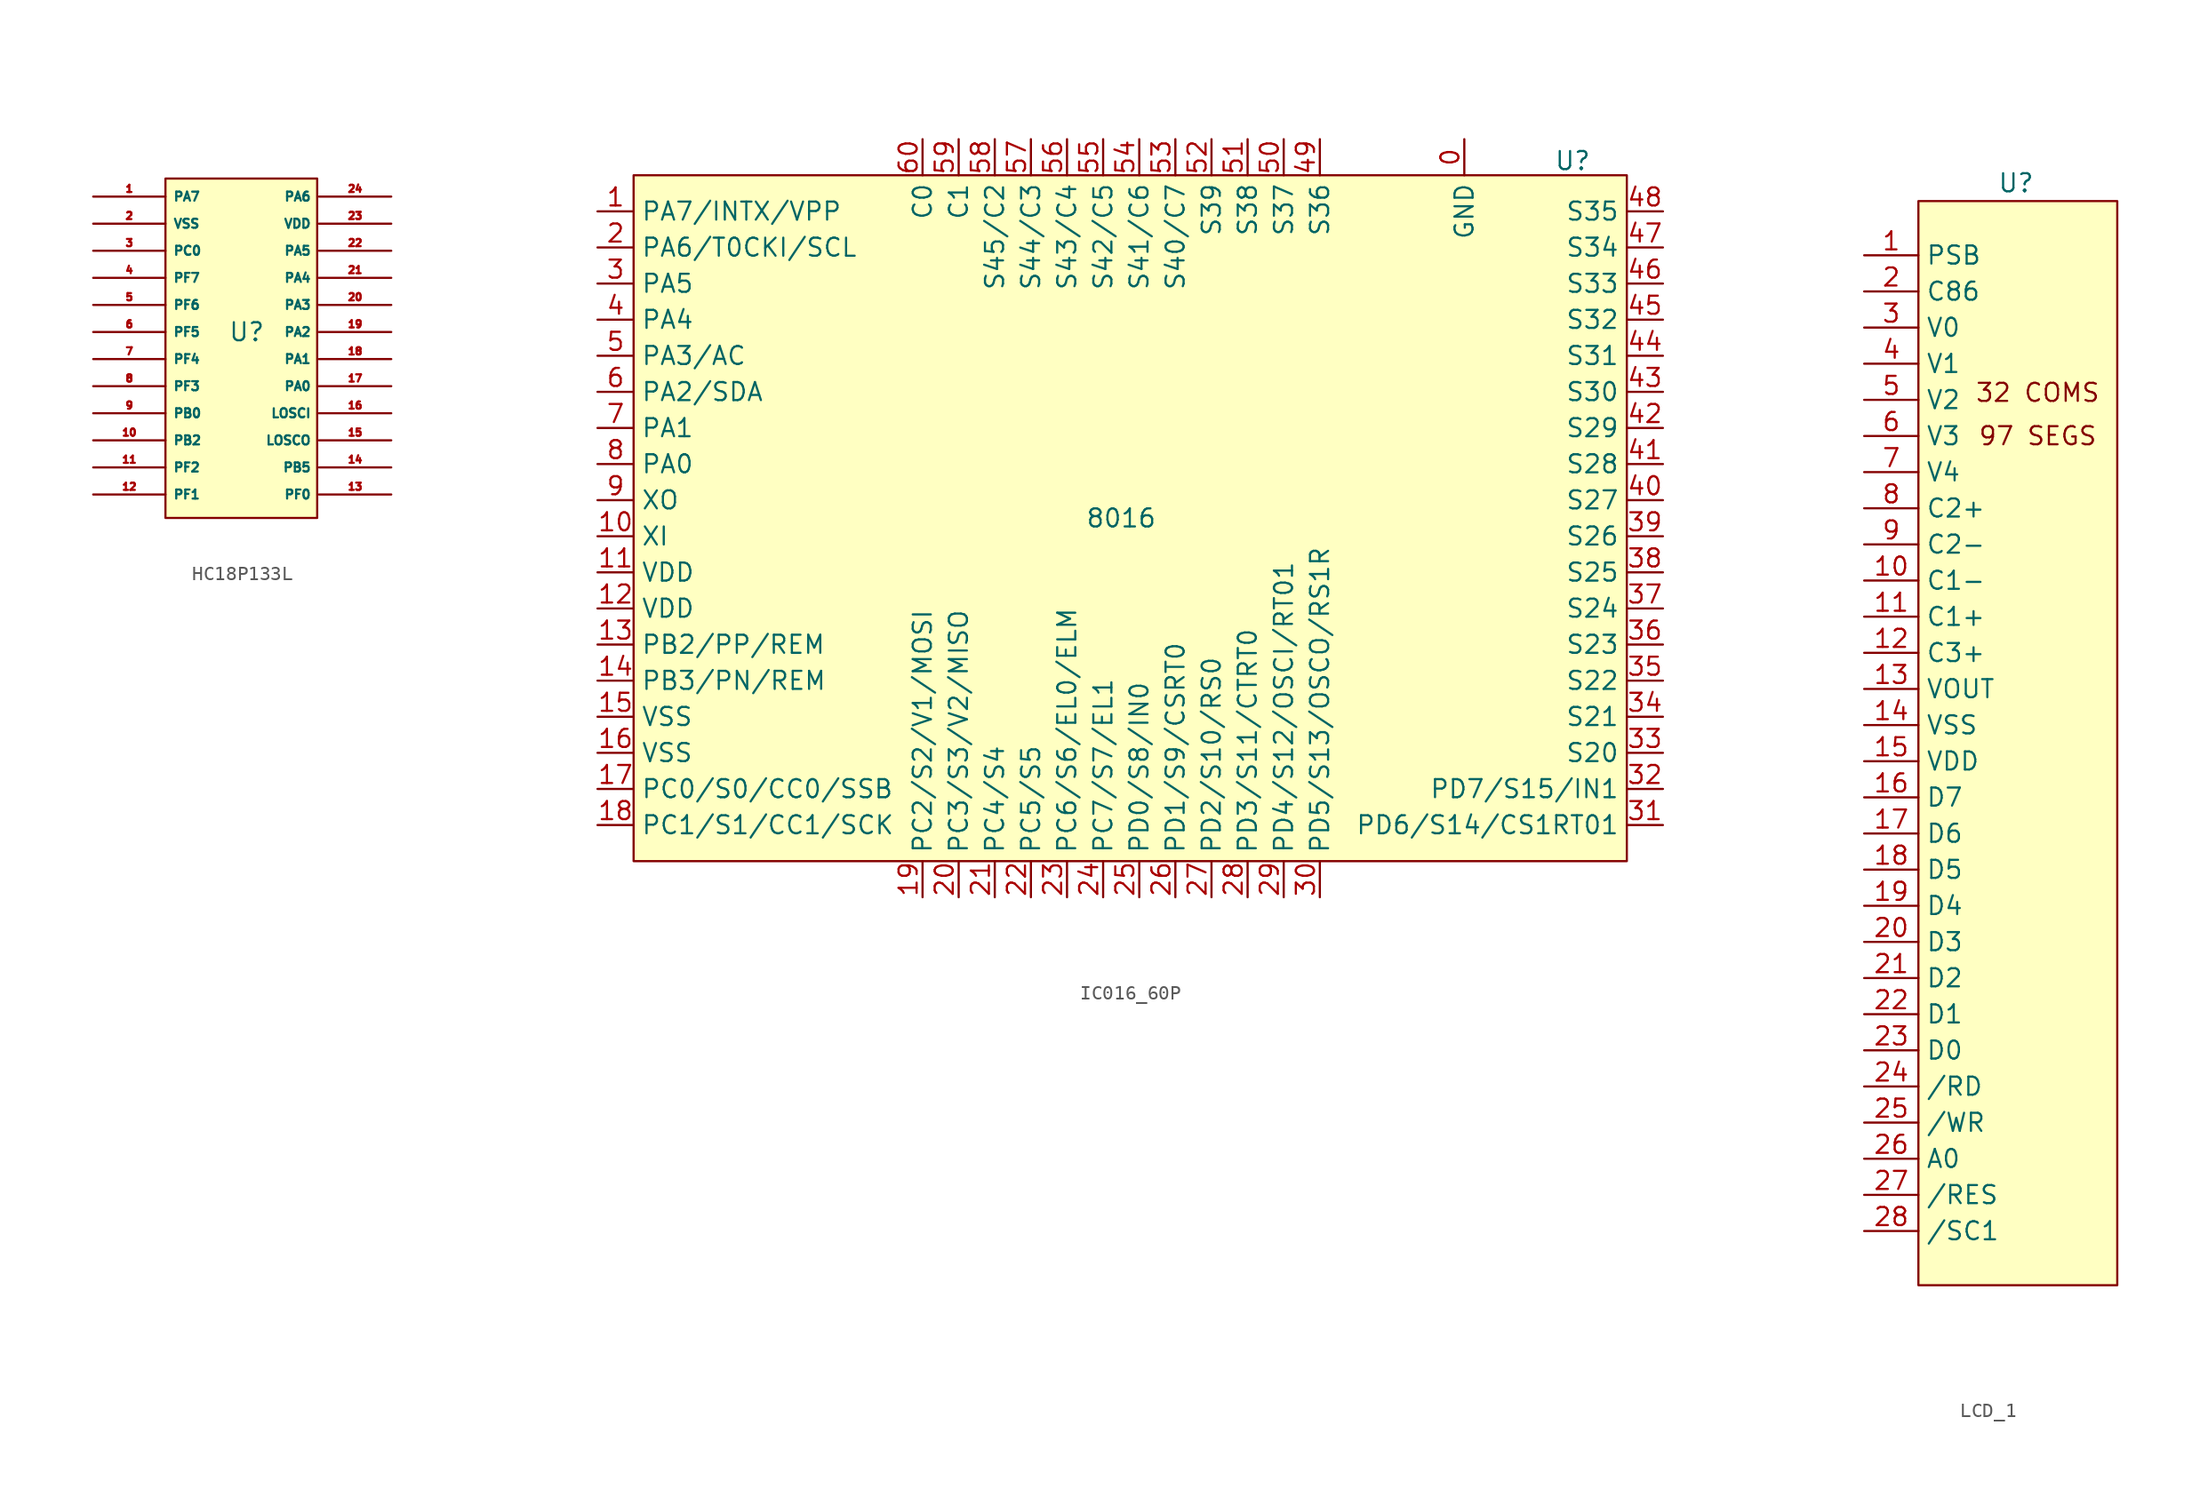
<source format=kicad_sym>
(kicad_symbol_lib
  (version 20231120)
  (generator "kicad_symbol_editor")
  (generator_version "8.0")
  (symbol "HC18P133L"
    (property "Reference" "U"
      (at 3.175 -4.445 0)
      (effects (font (size 1.27 1.27))))
    (property "Value" ""
      (at 7.112 11.684 0)
      (effects (font (size 1.27 1.27))))
    (symbol "HC18P133L_1_1"
      (rectangle (start -2.54 6.35) (end 8.128 -17.526) (stroke (width 0) (type default)) (fill (type background)))
      (pin passive line (at -7.62 5.08 0) (length 5.08) (name "PA7" (effects (font (size 0.635 0.635)))) (number "1" (effects (font (size 0.508 0.508)))))
      (pin passive line (at -7.62 -12.065 0) (length 5.08) (name "PB2" (effects (font (size 0.635 0.635)))) (number "10" (effects (font (size 0.508 0.508)))))
      (pin passive line (at -7.62 -13.97 0) (length 5.08) (name "PF2" (effects (font (size 0.635 0.635)))) (number "11" (effects (font (size 0.508 0.508)))))
      (pin passive line (at -7.62 -15.875 0) (length 5.08) (name "PF1" (effects (font (size 0.635 0.635)))) (number "12" (effects (font (size 0.508 0.508)))))
      (pin passive line (at 13.335 -15.875 180) (length 5.08) (name "PF0" (effects (font (size 0.635 0.635)))) (number "13" (effects (font (size 0.508 0.508)))))
      (pin passive line (at 13.335 -13.97 180) (length 5.08) (name "PB5" (effects (font (size 0.635 0.635)))) (number "14" (effects (font (size 0.508 0.508)))))
      (pin passive line (at 13.335 -12.065 180) (length 5.08) (name "LOSCO" (effects (font (size 0.635 0.635)))) (number "15" (effects (font (size 0.508 0.508)))))
      (pin passive line (at 13.335 -10.16 180) (length 5.08) (name "LOSCI" (effects (font (size 0.635 0.635)))) (number "16" (effects (font (size 0.508 0.508)))))
      (pin passive line (at 13.335 -8.255 180) (length 5.08) (name "PA0" (effects (font (size 0.635 0.635)))) (number "17" (effects (font (size 0.508 0.508)))))
      (pin passive line (at 13.335 -6.35 180) (length 5.08) (name "PA1" (effects (font (size 0.635 0.635)))) (number "18" (effects (font (size 0.508 0.508)))))
      (pin passive line (at 13.335 -4.445 180) (length 5.08) (name "PA2" (effects (font (size 0.635 0.635)))) (number "19" (effects (font (size 0.508 0.508)))))
      (pin passive line (at -7.62 3.175 0) (length 5.08) (name "VSS" (effects (font (size 0.635 0.635)))) (number "2" (effects (font (size 0.508 0.508)))))
      (pin passive line (at 13.335 -2.54 180) (length 5.08) (name "PA3" (effects (font (size 0.635 0.635)))) (number "20" (effects (font (size 0.508 0.508)))))
      (pin passive line (at 13.335 -0.635 180) (length 5.08) (name "PA4" (effects (font (size 0.635 0.635)))) (number "21" (effects (font (size 0.508 0.508)))))
      (pin passive line (at 13.335 1.27 180) (length 5.08) (name "PA5" (effects (font (size 0.635 0.635)))) (number "22" (effects (font (size 0.508 0.508)))))
      (pin passive line (at 13.335 3.175 180) (length 5.08) (name "VDD" (effects (font (size 0.635 0.635)))) (number "23" (effects (font (size 0.508 0.508)))))
      (pin passive line (at 13.335 5.08 180) (length 5.08) (name "PA6" (effects (font (size 0.635 0.635)))) (number "24" (effects (font (size 0.508 0.508)))))
      (pin passive line (at -7.62 1.27 0) (length 5.08) (name "PC0" (effects (font (size 0.635 0.635)))) (number "3" (effects (font (size 0.508 0.508)))))
      (pin passive line (at -7.62 -0.635 0) (length 5.08) (name "PF7" (effects (font (size 0.635 0.635)))) (number "4" (effects (font (size 0.508 0.508)))))
      (pin passive line (at -7.62 -2.54 0) (length 5.08) (name "PF6" (effects (font (size 0.635 0.635)))) (number "5" (effects (font (size 0.508 0.508)))))
      (pin passive line (at -7.62 -4.445 0) (length 5.08) (name "PF5" (effects (font (size 0.635 0.635)))) (number "6" (effects (font (size 0.508 0.508)))))
      (pin passive line (at -7.62 -6.35 0) (length 5.08) (name "PF4" (effects (font (size 0.635 0.635)))) (number "7" (effects (font (size 0.508 0.508)))))
      (pin passive line (at -7.62 -8.255 0) (length 5.08) (name "PF3" (effects (font (size 0.635 0.635)))) (number "8" (effects (font (size 0.508 0.508)))))
      (pin passive line (at -7.62 -10.16 0) (length 5.08) (name "PB0" (effects (font (size 0.635 0.635)))) (number "9" (effects (font (size 0.508 0.508)))))))
  (symbol "IC016_60P"
    (property "Reference" "U"
      (at 31.75 25.146 0)
      (effects (font (size 1.27 1.27))))
    (property "Value" "8016"
      (at 0 0 0)
      (effects (font (size 1.27 1.27))))
    (symbol "IC016_60P_0_1"
      (rectangle (start -34.29 24.13) (end 35.56 -24.13) (stroke (width 0) (type default)) (fill (type background))))
    (symbol "IC016_60P_1_1"
      (pin passive line (at 24.13 26.67 270) (length 2.54) (name "GND" (effects (font (size 1.27 1.27)))) (number "0" (effects (font (size 1.27 1.27)))))
      (pin bidirectional line (at -36.83 21.59 0) (length 2.54) (name "PA7/INTX/VPP" (effects (font (size 1.27 1.27)))) (number "1" (effects (font (size 1.27 1.27)))))
      (pin passive line (at -36.83 -1.27 0) (length 2.54) (name "XI" (effects (font (size 1.27 1.27)))) (number "10" (effects (font (size 1.27 1.27)))))
      (pin passive line (at -36.83 -3.81 0) (length 2.54) (name "VDD" (effects (font (size 1.27 1.27)))) (number "11" (effects (font (size 1.27 1.27)))))
      (pin passive line (at -36.83 -6.35 0) (length 2.54) (name "VDD" (effects (font (size 1.27 1.27)))) (number "12" (effects (font (size 1.27 1.27)))))
      (pin passive line (at -36.83 -8.89 0) (length 2.54) (name "PB2/PP/REM" (effects (font (size 1.27 1.27)))) (number "13" (effects (font (size 1.27 1.27)))))
      (pin passive line (at -36.83 -11.43 0) (length 2.54) (name "PB3/PN/REM" (effects (font (size 1.27 1.27)))) (number "14" (effects (font (size 1.27 1.27)))))
      (pin passive line (at -36.83 -13.97 0) (length 2.54) (name "VSS" (effects (font (size 1.27 1.27)))) (number "15" (effects (font (size 1.27 1.27)))))
      (pin passive line (at -36.83 -16.51 0) (length 2.54) (name "VSS" (effects (font (size 1.27 1.27)))) (number "16" (effects (font (size 1.27 1.27)))))
      (pin passive line (at -36.83 -19.05 0) (length 2.54) (name "PC0/S0/CC0/SSB" (effects (font (size 1.27 1.27)))) (number "17" (effects (font (size 1.27 1.27)))))
      (pin passive line (at -36.83 -21.59 0) (length 2.54) (name "PC1/S1/CC1/SCK" (effects (font (size 1.27 1.27)))) (number "18" (effects (font (size 1.27 1.27)))))
      (pin passive line (at -13.97 -26.67 90) (length 2.54) (name "PC2/S2/V1/MOSI" (effects (font (size 1.27 1.27)))) (number "19" (effects (font (size 1.27 1.27)))))
      (pin bidirectional line (at -36.83 19.05 0) (length 2.54) (name "PA6/T0CKI/SCL" (effects (font (size 1.27 1.27)))) (number "2" (effects (font (size 1.27 1.27)))))
      (pin passive line (at -11.43 -26.67 90) (length 2.54) (name "PC3/S3/V2/MISO" (effects (font (size 1.27 1.27)))) (number "20" (effects (font (size 1.27 1.27)))))
      (pin passive line (at -8.89 -26.67 90) (length 2.54) (name "PC4/S4" (effects (font (size 1.27 1.27)))) (number "21" (effects (font (size 1.27 1.27)))))
      (pin passive line (at -6.35 -26.67 90) (length 2.54) (name "PC5/S5" (effects (font (size 1.27 1.27)))) (number "22" (effects (font (size 1.27 1.27)))))
      (pin passive line (at -3.81 -26.67 90) (length 2.54) (name "PC6/S6/EL0/ELM" (effects (font (size 1.27 1.27)))) (number "23" (effects (font (size 1.27 1.27)))))
      (pin passive line (at -1.27 -26.67 90) (length 2.54) (name "PC7/S7/EL1" (effects (font (size 1.27 1.27)))) (number "24" (effects (font (size 1.27 1.27)))))
      (pin passive line (at 1.27 -26.67 90) (length 2.54) (name "PD0/S8/IN0" (effects (font (size 1.27 1.27)))) (number "25" (effects (font (size 1.27 1.27)))))
      (pin passive line (at 3.81 -26.67 90) (length 2.54) (name "PD1/S9/CSRT0" (effects (font (size 1.27 1.27)))) (number "26" (effects (font (size 1.27 1.27)))))
      (pin passive line (at 6.35 -26.67 90) (length 2.54) (name "PD2/S10/RS0" (effects (font (size 1.27 1.27)))) (number "27" (effects (font (size 1.27 1.27)))))
      (pin passive line (at 8.89 -26.67 90) (length 2.54) (name "PD3/S11/CTRT0" (effects (font (size 1.27 1.27)))) (number "28" (effects (font (size 1.27 1.27)))))
      (pin passive line (at 11.43 -26.67 90) (length 2.54) (name "PD4/S12/OSCI/RT01" (effects (font (size 1.27 1.27)))) (number "29" (effects (font (size 1.27 1.27)))))
      (pin bidirectional line (at -36.83 16.51 0) (length 2.54) (name "PA5" (effects (font (size 1.27 1.27)))) (number "3" (effects (font (size 1.27 1.27)))))
      (pin passive line (at 13.97 -26.67 90) (length 2.54) (name "PD5/S13/OSCO/RS1R" (effects (font (size 1.27 1.27)))) (number "30" (effects (font (size 1.27 1.27)))))
      (pin passive line (at 38.1 -21.59 180) (length 2.54) (name "PD6/S14/CS1RT01" (effects (font (size 1.27 1.27)))) (number "31" (effects (font (size 1.27 1.27)))))
      (pin passive line (at 38.1 -19.05 180) (length 2.54) (name "PD7/S15/IN1" (effects (font (size 1.27 1.27)))) (number "32" (effects (font (size 1.27 1.27)))))
      (pin passive line (at 38.1 -16.51 180) (length 2.54) (name "S20" (effects (font (size 1.27 1.27)))) (number "33" (effects (font (size 1.27 1.27)))))
      (pin passive line (at 38.1 -13.97 180) (length 2.54) (name "S21" (effects (font (size 1.27 1.27)))) (number "34" (effects (font (size 1.27 1.27)))))
      (pin passive line (at 38.1 -11.43 180) (length 2.54) (name "S22" (effects (font (size 1.27 1.27)))) (number "35" (effects (font (size 1.27 1.27)))))
      (pin passive line (at 38.1 -8.89 180) (length 2.54) (name "S23" (effects (font (size 1.27 1.27)))) (number "36" (effects (font (size 1.27 1.27)))))
      (pin passive line (at 38.1 -6.35 180) (length 2.54) (name "S24" (effects (font (size 1.27 1.27)))) (number "37" (effects (font (size 1.27 1.27)))))
      (pin passive line (at 38.1 -3.81 180) (length 2.54) (name "S25" (effects (font (size 1.27 1.27)))) (number "38" (effects (font (size 1.27 1.27)))))
      (pin passive line (at 38.1 -1.27 180) (length 2.54) (name "S26" (effects (font (size 1.27 1.27)))) (number "39" (effects (font (size 1.27 1.27)))))
      (pin passive line (at -36.83 13.97 0) (length 2.54) (name "PA4" (effects (font (size 1.27 1.27)))) (number "4" (effects (font (size 1.27 1.27)))))
      (pin passive line (at 38.1 1.27 180) (length 2.54) (name "S27" (effects (font (size 1.27 1.27)))) (number "40" (effects (font (size 1.27 1.27)))))
      (pin passive line (at 38.1 3.81 180) (length 2.54) (name "S28" (effects (font (size 1.27 1.27)))) (number "41" (effects (font (size 1.27 1.27)))))
      (pin passive line (at 38.1 6.35 180) (length 2.54) (name "S29" (effects (font (size 1.27 1.27)))) (number "42" (effects (font (size 1.27 1.27)))))
      (pin passive line (at 38.1 8.89 180) (length 2.54) (name "S30" (effects (font (size 1.27 1.27)))) (number "43" (effects (font (size 1.27 1.27)))))
      (pin passive line (at 38.1 11.43 180) (length 2.54) (name "S31" (effects (font (size 1.27 1.27)))) (number "44" (effects (font (size 1.27 1.27)))))
      (pin passive line (at 38.1 13.97 180) (length 2.54) (name "S32" (effects (font (size 1.27 1.27)))) (number "45" (effects (font (size 1.27 1.27)))))
      (pin passive line (at 38.1 16.51 180) (length 2.54) (name "S33" (effects (font (size 1.27 1.27)))) (number "46" (effects (font (size 1.27 1.27)))))
      (pin passive line (at 38.1 19.05 180) (length 2.54) (name "S34" (effects (font (size 1.27 1.27)))) (number "47" (effects (font (size 1.27 1.27)))))
      (pin passive line (at 38.1 21.59 180) (length 2.54) (name "S35" (effects (font (size 1.27 1.27)))) (number "48" (effects (font (size 1.27 1.27)))))
      (pin passive line (at 13.97 26.67 270) (length 2.54) (name "S36" (effects (font (size 1.27 1.27)))) (number "49" (effects (font (size 1.27 1.27)))))
      (pin passive line (at -36.83 11.43 0) (length 2.54) (name "PA3/AC" (effects (font (size 1.27 1.27)))) (number "5" (effects (font (size 1.27 1.27)))))
      (pin passive line (at 11.43 26.67 270) (length 2.54) (name "S37" (effects (font (size 1.27 1.27)))) (number "50" (effects (font (size 1.27 1.27)))))
      (pin passive line (at 8.89 26.67 270) (length 2.54) (name "S38" (effects (font (size 1.27 1.27)))) (number "51" (effects (font (size 1.27 1.27)))))
      (pin passive line (at 6.35 26.67 270) (length 2.54) (name "S39" (effects (font (size 1.27 1.27)))) (number "52" (effects (font (size 1.27 1.27)))))
      (pin passive line (at 3.81 26.67 270) (length 2.54) (name "S40/C7" (effects (font (size 1.27 1.27)))) (number "53" (effects (font (size 1.27 1.27)))))
      (pin passive line (at 1.27 26.67 270) (length 2.54) (name "S41/C6" (effects (font (size 1.27 1.27)))) (number "54" (effects (font (size 1.27 1.27)))))
      (pin passive line (at -1.27 26.67 270) (length 2.54) (name "S42/C5" (effects (font (size 1.27 1.27)))) (number "55" (effects (font (size 1.27 1.27)))))
      (pin passive line (at -3.81 26.67 270) (length 2.54) (name "S43/C4" (effects (font (size 1.27 1.27)))) (number "56" (effects (font (size 1.27 1.27)))))
      (pin passive line (at -6.35 26.67 270) (length 2.54) (name "S44/C3" (effects (font (size 1.27 1.27)))) (number "57" (effects (font (size 1.27 1.27)))))
      (pin passive line (at -8.89 26.67 270) (length 2.54) (name "S45/C2" (effects (font (size 1.27 1.27)))) (number "58" (effects (font (size 1.27 1.27)))))
      (pin passive line (at -11.43 26.67 270) (length 2.54) (name "C1" (effects (font (size 1.27 1.27)))) (number "59" (effects (font (size 1.27 1.27)))))
      (pin passive line (at -36.83 8.89 0) (length 2.54) (name "PA2/SDA" (effects (font (size 1.27 1.27)))) (number "6" (effects (font (size 1.27 1.27)))))
      (pin passive line (at -13.97 26.67 270) (length 2.54) (name "C0" (effects (font (size 1.27 1.27)))) (number "60" (effects (font (size 1.27 1.27)))))
      (pin passive line (at -36.83 6.35 0) (length 2.54) (name "PA1" (effects (font (size 1.27 1.27)))) (number "7" (effects (font (size 1.27 1.27)))))
      (pin passive line (at -36.83 3.81 0) (length 2.54) (name "PA0" (effects (font (size 1.27 1.27)))) (number "8" (effects (font (size 1.27 1.27)))))
      (pin passive line (at -36.83 1.27 0) (length 2.54) (name "XO" (effects (font (size 1.27 1.27)))) (number "9" (effects (font (size 1.27 1.27)))))))
  (symbol "LCD_1"
    (property "Reference" "U"
      (at 3.048 39.37 0)
      (effects (font (size 1.27 1.27))))
    (property "Value" ""
      (at 0 12.7 0)
      (effects (font (size 1.27 1.27))))
    (symbol "LCD_1_1_1"
      (rectangle (start -3.81 38.1) (end 10.16 -38.1) (stroke (width 0) (type default)) (fill (type background)))
      (text "32 COMS" (at 4.572 24.638 0) (effects (font (size 1.27 1.27))))
      (text "97 SEGS\n" (at 4.572 21.59 0) (effects (font (size 1.27 1.27))))
      (pin passive line (at -7.62 34.29 0) (length 3.81) (name "PSB" (effects (font (size 1.27 1.27)))) (number "1" (effects (font (size 1.27 1.27)))))
      (pin passive line (at -7.62 11.43 0) (length 3.81) (name "C1-" (effects (font (size 1.27 1.27)))) (number "10" (effects (font (size 1.27 1.27)))))
      (pin passive line (at -7.62 8.89 0) (length 3.81) (name "C1+" (effects (font (size 1.27 1.27)))) (number "11" (effects (font (size 1.27 1.27)))))
      (pin passive line (at -7.62 6.35 0) (length 3.81) (name "C3+" (effects (font (size 1.27 1.27)))) (number "12" (effects (font (size 1.27 1.27)))))
      (pin passive line (at -7.62 3.81 0) (length 3.81) (name "VOUT" (effects (font (size 1.27 1.27)))) (number "13" (effects (font (size 1.27 1.27)))))
      (pin passive line (at -7.62 1.27 0) (length 3.81) (name "VSS" (effects (font (size 1.27 1.27)))) (number "14" (effects (font (size 1.27 1.27)))))
      (pin passive line (at -7.62 -1.27 0) (length 3.81) (name "VDD" (effects (font (size 1.27 1.27)))) (number "15" (effects (font (size 1.27 1.27)))))
      (pin passive line (at -7.62 -3.81 0) (length 3.81) (name "D7" (effects (font (size 1.27 1.27)))) (number "16" (effects (font (size 1.27 1.27)))))
      (pin passive line (at -7.62 -6.35 0) (length 3.81) (name "D6" (effects (font (size 1.27 1.27)))) (number "17" (effects (font (size 1.27 1.27)))))
      (pin passive line (at -7.62 -8.89 0) (length 3.81) (name "D5" (effects (font (size 1.27 1.27)))) (number "18" (effects (font (size 1.27 1.27)))))
      (pin passive line (at -7.62 -11.43 0) (length 3.81) (name "D4" (effects (font (size 1.27 1.27)))) (number "19" (effects (font (size 1.27 1.27)))))
      (pin passive line (at -7.62 31.75 0) (length 3.81) (name "C86" (effects (font (size 1.27 1.27)))) (number "2" (effects (font (size 1.27 1.27)))))
      (pin passive line (at -7.62 -13.97 0) (length 3.81) (name "D3" (effects (font (size 1.27 1.27)))) (number "20" (effects (font (size 1.27 1.27)))))
      (pin passive line (at -7.62 -16.51 0) (length 3.81) (name "D2" (effects (font (size 1.27 1.27)))) (number "21" (effects (font (size 1.27 1.27)))))
      (pin passive line (at -7.62 -19.05 0) (length 3.81) (name "D1" (effects (font (size 1.27 1.27)))) (number "22" (effects (font (size 1.27 1.27)))))
      (pin passive line (at -7.62 -21.59 0) (length 3.81) (name "D0" (effects (font (size 1.27 1.27)))) (number "23" (effects (font (size 1.27 1.27)))))
      (pin passive line (at -7.62 -24.13 0) (length 3.81) (name "/RD" (effects (font (size 1.27 1.27)))) (number "24" (effects (font (size 1.27 1.27)))))
      (pin passive line (at -7.62 -26.67 0) (length 3.81) (name "/WR" (effects (font (size 1.27 1.27)))) (number "25" (effects (font (size 1.27 1.27)))))
      (pin passive line (at -7.62 -29.21 0) (length 3.81) (name "A0" (effects (font (size 1.27 1.27)))) (number "26" (effects (font (size 1.27 1.27)))))
      (pin passive line (at -7.62 -31.75 0) (length 3.81) (name "/RES" (effects (font (size 1.27 1.27)))) (number "27" (effects (font (size 1.27 1.27)))))
      (pin passive line (at -7.62 -34.29 0) (length 3.81) (name "/SC1" (effects (font (size 1.27 1.27)))) (number "28" (effects (font (size 1.27 1.27)))))
      (pin passive line (at -7.62 29.21 0) (length 3.81) (name "V0" (effects (font (size 1.27 1.27)))) (number "3" (effects (font (size 1.27 1.27)))))
      (pin passive line (at -7.62 26.67 0) (length 3.81) (name "V1" (effects (font (size 1.27 1.27)))) (number "4" (effects (font (size 1.27 1.27)))))
      (pin passive line (at -7.62 24.13 0) (length 3.81) (name "V2" (effects (font (size 1.27 1.27)))) (number "5" (effects (font (size 1.27 1.27)))))
      (pin passive line (at -7.62 21.59 0) (length 3.81) (name "V3" (effects (font (size 1.27 1.27)))) (number "6" (effects (font (size 1.27 1.27)))))
      (pin passive line (at -7.62 19.05 0) (length 3.81) (name "V4" (effects (font (size 1.27 1.27)))) (number "7" (effects (font (size 1.27 1.27)))))
      (pin passive line (at -7.62 16.51 0) (length 3.81) (name "C2+" (effects (font (size 1.27 1.27)))) (number "8" (effects (font (size 1.27 1.27)))))
      (pin passive line (at -7.62 13.97 0) (length 3.81) (name "C2-" (effects (font (size 1.27 1.27)))) (number "9" (effects (font (size 1.27 1.27))))))))
</source>
